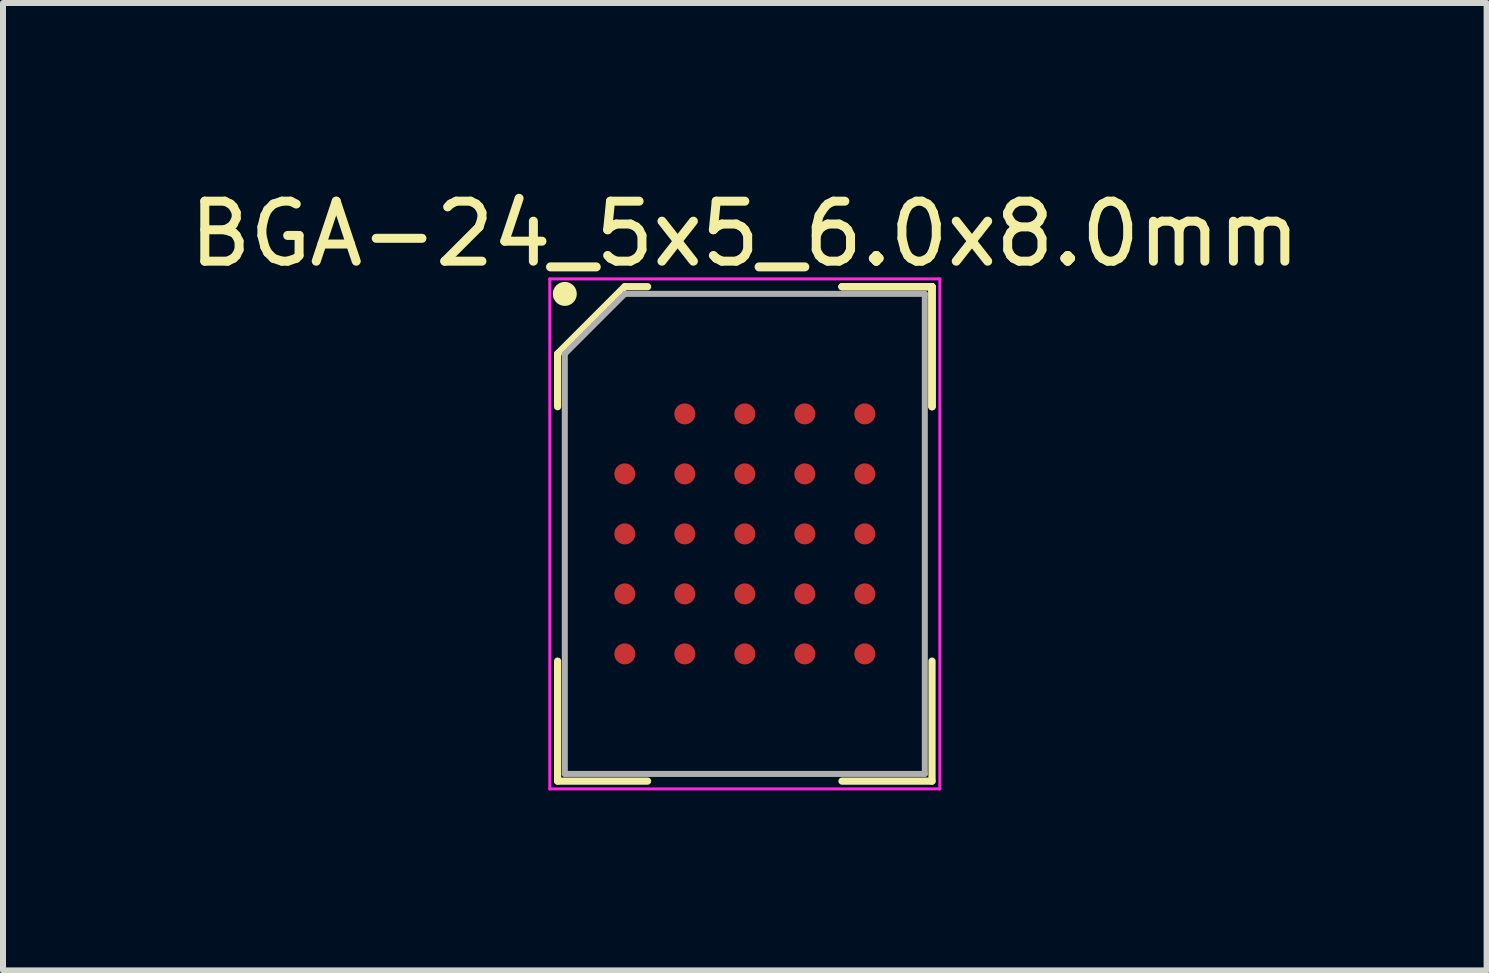
<source format=kicad_pcb>
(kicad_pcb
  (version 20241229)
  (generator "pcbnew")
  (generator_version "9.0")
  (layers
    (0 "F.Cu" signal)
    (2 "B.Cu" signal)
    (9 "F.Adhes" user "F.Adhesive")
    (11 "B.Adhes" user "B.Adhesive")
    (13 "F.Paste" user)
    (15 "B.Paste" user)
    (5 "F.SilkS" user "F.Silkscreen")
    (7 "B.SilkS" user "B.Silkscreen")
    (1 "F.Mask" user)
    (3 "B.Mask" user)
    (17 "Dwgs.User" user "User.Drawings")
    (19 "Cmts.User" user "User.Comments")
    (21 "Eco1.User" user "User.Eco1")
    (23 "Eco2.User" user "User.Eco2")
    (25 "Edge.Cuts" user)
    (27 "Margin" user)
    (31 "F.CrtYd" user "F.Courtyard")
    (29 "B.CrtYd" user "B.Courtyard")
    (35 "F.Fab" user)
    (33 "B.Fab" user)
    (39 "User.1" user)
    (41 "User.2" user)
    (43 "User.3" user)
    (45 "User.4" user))
  (footprint "BGA-24_5x5_6.0x8.0mm"
    (layer "F.Cu")
    (at 9.363 5.848)
    (property "Reference" "BGA-24_5x5_6.0x8.0mm" (at 0 -5 0) (layer "F.SilkS") (effects (font (size 1 1) (thickness 0.15))))
    (attr smd)
    (fp_line (start -3.12 -3) (end -3.12 -2.12) (stroke (width 0.12) (type solid)) (layer "F.SilkS"))
    (fp_line (start -3.12 4.12) (end -3.12 2.12) (stroke (width 0.12) (type solid)) (layer "F.SilkS"))
    (fp_line (start -2 -4.12) (end -3.12 -3) (stroke (width 0.12) (type solid)) (layer "F.SilkS"))
    (fp_line (start -1.62 -4.12) (end -2 -4.12) (stroke (width 0.12) (type solid)) (layer "F.SilkS"))
    (fp_line (start -1.62 4.12) (end -3.12 4.12) (stroke (width 0.12) (type solid)) (layer "F.SilkS"))
    (fp_line (start 1.62 -4.12) (end 3.12 -4.12) (stroke (width 0.12) (type solid)) (layer "F.SilkS"))
    (fp_line (start 1.62 -4.12) (end 3.12 -4.12) (stroke (width 0.12) (type solid)) (layer "F.SilkS"))
    (fp_line (start 1.62 -4.12) (end 3.12 -4.12) (stroke (width 0.12) (type solid)) (layer "F.SilkS"))
    (fp_line (start 1.62 4.12) (end 3.12 4.12) (stroke (width 0.12) (type solid)) (layer "F.SilkS"))
    (fp_line (start 3.12 -4.12) (end 3.12 -2.12) (stroke (width 0.12) (type solid)) (layer "F.SilkS"))
    (fp_line (start 3.12 -4.12) (end 3.12 -2.12) (stroke (width 0.12) (type solid)) (layer "F.SilkS"))
    (fp_line (start 3.12 -4.12) (end 3.12 -2.12) (stroke (width 0.12) (type solid)) (layer "F.SilkS"))
    (fp_line (start 3.12 4.12) (end 3.12 2.12) (stroke (width 0.12) (type solid)) (layer "F.SilkS"))
    (fp_circle (center -3 -4) (end -3 -3.9) (stroke (width 0.2) (type solid)) (fill no) (layer "F.SilkS"))
    (fp_line (start -3.25 -4.25) (end 3.25 -4.25) (stroke (width 0.05) (type solid)) (layer "F.CrtYd"))
    (fp_line (start -3.25 4.25) (end -3.25 -4.25) (stroke (width 0.05) (type solid)) (layer "F.CrtYd"))
    (fp_line (start 3.25 -4.25) (end 3.25 4.25) (stroke (width 0.05) (type solid)) (layer "F.CrtYd"))
    (fp_line (start 3.25 4.25) (end -3.25 4.25) (stroke (width 0.05) (type solid)) (layer "F.CrtYd"))
    (fp_line (start -3 -3) (end -3 4) (stroke (width 0.1) (type solid)) (layer "F.Fab"))
    (fp_line (start -3 4) (end 3 4) (stroke (width 0.1) (type solid)) (layer "F.Fab"))
    (fp_line (start -2 -4) (end -3 -3) (stroke (width 0.1) (type solid)) (layer "F.Fab"))
    (fp_line (start 3 -4) (end -2 -4) (stroke (width 0.1) (type solid)) (layer "F.Fab"))
    (fp_line (start 3 4) (end 3 -4) (stroke (width 0.1) (type solid)) (layer "F.Fab"))
    (pad "A2" smd circle (at -1 -2) (size 0.35 0.35) (layers "F.Cu" "F.Mask" "F.Paste"))
    (pad "A3" smd circle (at 0 -2) (size 0.35 0.35) (layers "F.Cu" "F.Mask" "F.Paste"))
    (pad "A4" smd circle (at 1 -2) (size 0.35 0.35) (layers "F.Cu" "F.Mask" "F.Paste"))
    (pad "A5" smd circle (at 2 -2) (size 0.35 0.35) (layers "F.Cu" "F.Mask" "F.Paste"))
    (pad "B1" smd circle (at -2 -1) (size 0.35 0.35) (layers "F.Cu" "F.Mask" "F.Paste"))
    (pad "B2" smd circle (at -1 -1) (size 0.35 0.35) (layers "F.Cu" "F.Mask" "F.Paste"))
    (pad "B3" smd circle (at 0 -1) (size 0.35 0.35) (layers "F.Cu" "F.Mask" "F.Paste"))
    (pad "B4" smd circle (at 1 -1) (size 0.35 0.35) (layers "F.Cu" "F.Mask" "F.Paste"))
    (pad "B5" smd circle (at 2 -1) (size 0.35 0.35) (layers "F.Cu" "F.Mask" "F.Paste"))
    (pad "C1" smd circle (at -2 0) (size 0.35 0.35) (layers "F.Cu" "F.Mask" "F.Paste"))
    (pad "C2" smd circle (at -1 0) (size 0.35 0.35) (layers "F.Cu" "F.Mask" "F.Paste"))
    (pad "C3" smd circle (at 0 0) (size 0.35 0.35) (layers "F.Cu" "F.Mask" "F.Paste"))
    (pad "C4" smd circle (at 1 0) (size 0.35 0.35) (layers "F.Cu" "F.Mask" "F.Paste"))
    (pad "C5" smd circle (at 2 0) (size 0.35 0.35) (layers "F.Cu" "F.Mask" "F.Paste"))
    (pad "D1" smd circle (at -2 1) (size 0.35 0.35) (layers "F.Cu" "F.Mask" "F.Paste"))
    (pad "D2" smd circle (at -1 1) (size 0.35 0.35) (layers "F.Cu" "F.Mask" "F.Paste"))
    (pad "D3" smd circle (at 0 1) (size 0.35 0.35) (layers "F.Cu" "F.Mask" "F.Paste"))
    (pad "D4" smd circle (at 1 1) (size 0.35 0.35) (layers "F.Cu" "F.Mask" "F.Paste"))
    (pad "D5" smd circle (at 2 1) (size 0.35 0.35) (layers "F.Cu" "F.Mask" "F.Paste"))
    (pad "E1" smd circle (at -2 2) (size 0.35 0.35) (layers "F.Cu" "F.Mask" "F.Paste"))
    (pad "E2" smd circle (at -1 2) (size 0.35 0.35) (layers "F.Cu" "F.Mask" "F.Paste"))
    (pad "E3" smd circle (at 0 2) (size 0.35 0.35) (layers "F.Cu" "F.Mask" "F.Paste"))
    (pad "E4" smd circle (at 1 2) (size 0.35 0.35) (layers "F.Cu" "F.Mask" "F.Paste"))
    (pad "E5" smd circle (at 2 2) (size 0.35 0.35) (layers "F.Cu" "F.Mask" "F.Paste")))
  (gr_rect
    (start -3 -3)
    (end 21.726 13.123)
    (stroke (width 0.1) (type default))
    (fill no)
    (layer "Edge.Cuts")))
</source>
